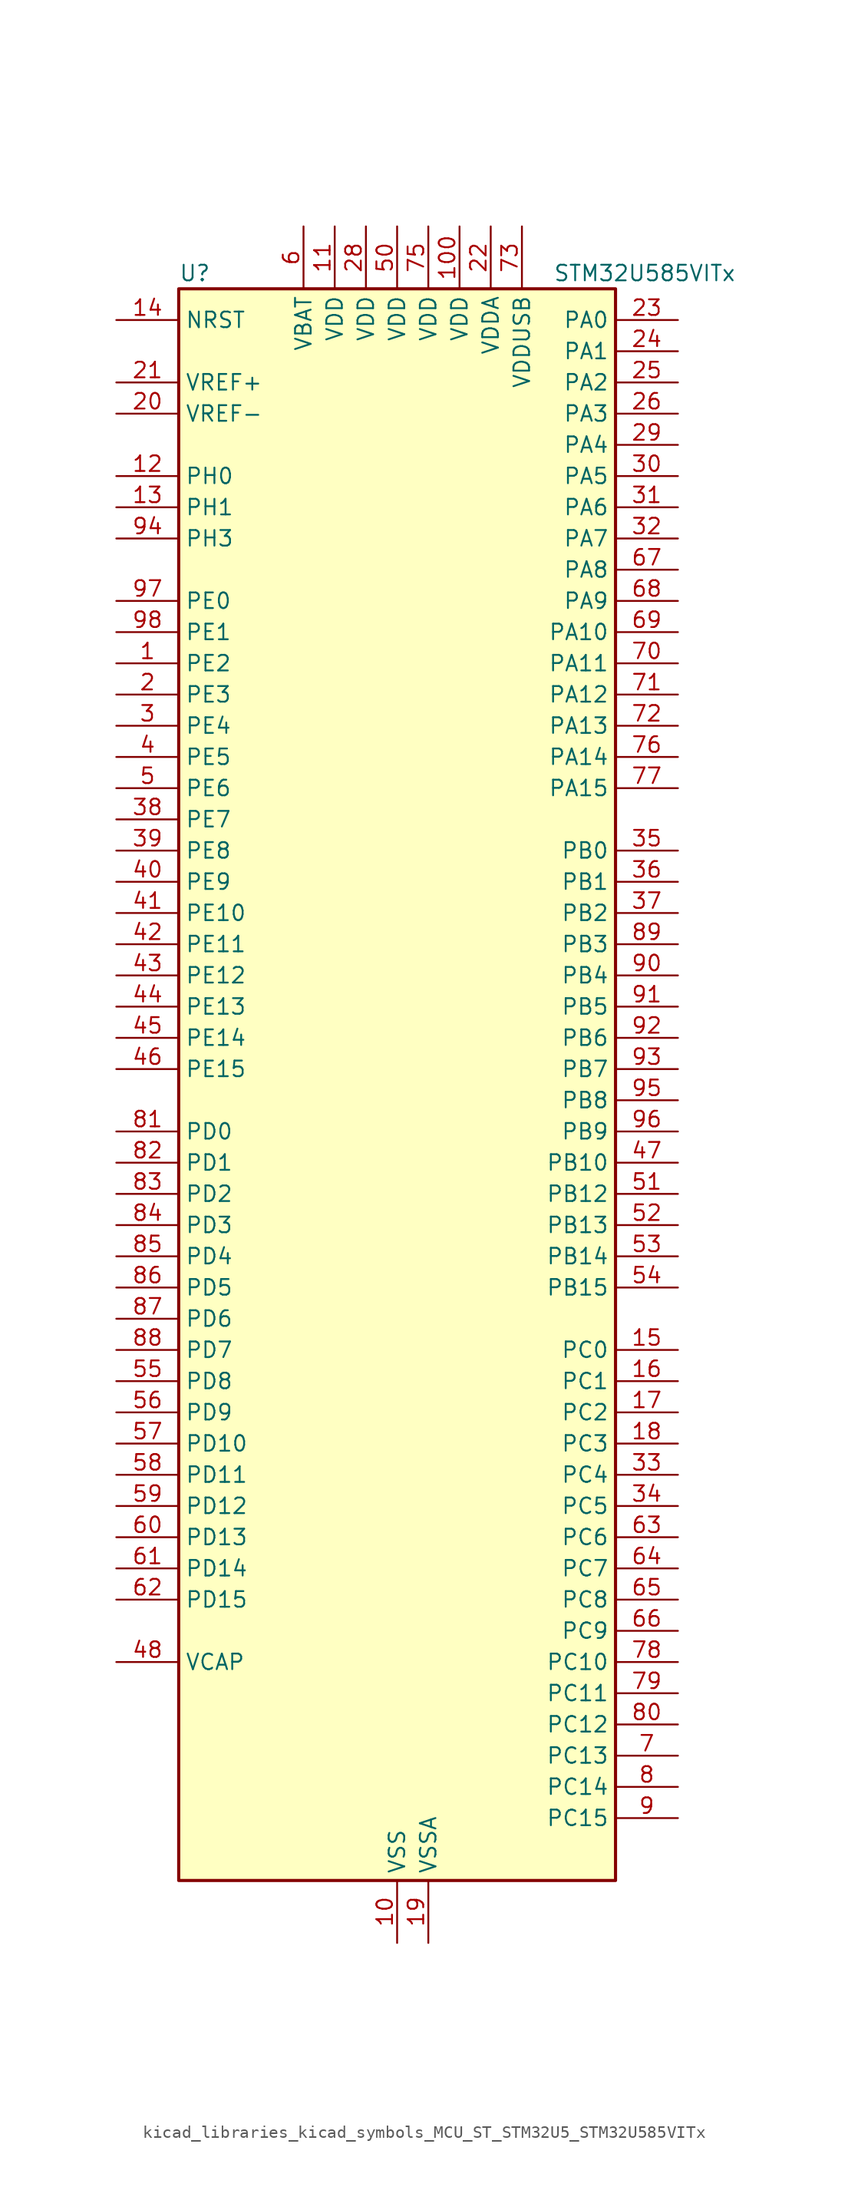
<source format=kicad_sym>
(kicad_symbol_lib
  (version 20220914)
  (generator kicad_symbol_editor)
  (symbol "kicad_libraries_kicad_symbols_MCU_ST_STM32U5_STM32U585VITx"
    (property "Reference" "U"
      (at -17.78 67.31 0)
      (effects (font (size 1.27 1.27)) (justify left)))
    (property "Value" "STM32U585VITx"
      (at 12.7 67.31 0)
      (effects (font (size 1.27 1.27)) (justify left)))
    (property "ki_locked" ""
      (at 0 0 0)
      (effects (font (size 1.27 1.27))))
    (symbol "kicad_libraries_kicad_symbols_MCU_ST_STM32U5_STM32U585VITx_0_1"
      (rectangle (start -17.78 -63.5) (end 17.78 66.04) (stroke (width 0.254) (type default)) (fill (type background))))
    (symbol "kicad_libraries_kicad_symbols_MCU_ST_STM32U5_STM32U585VITx_1_1"
      (pin bidirectional line (at -22.86 35.56 0) (length 5.08) (name "PE2" (effects (font (size 1.27 1.27)))) (number "1" (effects (font (size 1.27 1.27)))) (alternate "DEBUG_TRACECLK" bidirectional line) (alternate "FMC_A23" bidirectional line) (alternate "SAI1_CK1" bidirectional line) (alternate "SAI1_MCLK_A" bidirectional line) (alternate "TIM3_ETR" bidirectional line) (alternate "TSC_G7_IO1" bidirectional line))
      (pin power_in line (at 0 -68.58 90) (length 5.08) (name "VSS" (effects (font (size 1.27 1.27)))) (number "10" (effects (font (size 1.27 1.27)))))
      (pin power_in line (at 5.08 71.12 270) (length 5.08) (name "VDD" (effects (font (size 1.27 1.27)))) (number "100" (effects (font (size 1.27 1.27)))))
      (pin power_in line (at -5.08 71.12 270) (length 5.08) (name "VDD" (effects (font (size 1.27 1.27)))) (number "11" (effects (font (size 1.27 1.27)))))
      (pin bidirectional line (at -22.86 50.8 0) (length 5.08) (name "PH0" (effects (font (size 1.27 1.27)))) (number "12" (effects (font (size 1.27 1.27)))) (alternate "RCC_OSC_IN" bidirectional line))
      (pin bidirectional line (at -22.86 48.26 0) (length 5.08) (name "PH1" (effects (font (size 1.27 1.27)))) (number "13" (effects (font (size 1.27 1.27)))) (alternate "RCC_OSC_OUT" bidirectional line))
      (pin input line (at -22.86 63.5 0) (length 5.08) (name "NRST" (effects (font (size 1.27 1.27)))) (number "14" (effects (font (size 1.27 1.27)))))
      (pin bidirectional line (at 22.86 -20.32 180) (length 5.08) (name "PC0" (effects (font (size 1.27 1.27)))) (number "15" (effects (font (size 1.27 1.27)))) (alternate "ADC1_IN1" bidirectional line) (alternate "ADC4_IN1" bidirectional line) (alternate "I2C3_SCL" bidirectional line) (alternate "LPTIM1_IN1" bidirectional line) (alternate "LPTIM2_IN1" bidirectional line) (alternate "LPUART1_RX" bidirectional line) (alternate "MDF1_SDI4" bidirectional line) (alternate "OCTOSPIM_P1_IO7" bidirectional line) (alternate "SAI2_FS_A" bidirectional line) (alternate "SDMMC1_D5" bidirectional line) (alternate "SPI2_RDY" bidirectional line))
      (pin bidirectional line (at 22.86 -22.86 180) (length 5.08) (name "PC1" (effects (font (size 1.27 1.27)))) (number "16" (effects (font (size 1.27 1.27)))) (alternate "ADC1_IN2" bidirectional line) (alternate "ADC4_IN2" bidirectional line) (alternate "DEBUG_TRACED0" bidirectional line) (alternate "I2C3_SDA" bidirectional line) (alternate "LPTIM1_CH1" bidirectional line) (alternate "LPUART1_TX" bidirectional line) (alternate "MDF1_CKI4" bidirectional line) (alternate "OCTOSPIM_P1_IO4" bidirectional line) (alternate "SAI1_SD_A" bidirectional line) (alternate "SDMMC2_CK" bidirectional line) (alternate "SPI2_MOSI" bidirectional line))
      (pin bidirectional line (at 22.86 -25.4 180) (length 5.08) (name "PC2" (effects (font (size 1.27 1.27)))) (number "17" (effects (font (size 1.27 1.27)))) (alternate "ADC1_IN3" bidirectional line) (alternate "ADC4_IN3" bidirectional line) (alternate "LPTIM1_IN2" bidirectional line) (alternate "MDF1_CCK1" bidirectional line) (alternate "OCTOSPIM_P1_IO5" bidirectional line) (alternate "SPI2_MISO" bidirectional line))
      (pin bidirectional line (at 22.86 -27.94 180) (length 5.08) (name "PC3" (effects (font (size 1.27 1.27)))) (number "18" (effects (font (size 1.27 1.27)))) (alternate "ADC1_IN4" bidirectional line) (alternate "ADC4_IN4" bidirectional line) (alternate "LPTIM1_ETR" bidirectional line) (alternate "LPTIM2_ETR" bidirectional line) (alternate "LPTIM3_CH1" bidirectional line) (alternate "OCTOSPIM_P1_IO6" bidirectional line) (alternate "SAI1_D1" bidirectional line) (alternate "SAI1_SD_A" bidirectional line) (alternate "SPI2_MOSI" bidirectional line))
      (pin power_in line (at 2.54 -68.58 90) (length 5.08) (name "VSSA" (effects (font (size 1.27 1.27)))) (number "19" (effects (font (size 1.27 1.27)))))
      (pin bidirectional line (at -22.86 33.02 0) (length 5.08) (name "PE3" (effects (font (size 1.27 1.27)))) (number "2" (effects (font (size 1.27 1.27)))) (alternate "DEBUG_TRACED0" bidirectional line) (alternate "FMC_A19" bidirectional line) (alternate "OCTOSPIM_P1_DQS" bidirectional line) (alternate "SAI1_SD_B" bidirectional line) (alternate "TAMP_IN6" bidirectional line) (alternate "TAMP_OUT3" bidirectional line) (alternate "TIM3_CH1" bidirectional line) (alternate "TSC_G7_IO2" bidirectional line))
      (pin input line (at -22.86 55.88 0) (length 5.08) (name "VREF-" (effects (font (size 1.27 1.27)))) (number "20" (effects (font (size 1.27 1.27)))))
      (pin input line (at -22.86 58.42 0) (length 5.08) (name "VREF+" (effects (font (size 1.27 1.27)))) (number "21" (effects (font (size 1.27 1.27)))) (alternate "VREFBUF_OUT" bidirectional line))
      (pin power_in line (at 7.62 71.12 270) (length 5.08) (name "VDDA" (effects (font (size 1.27 1.27)))) (number "22" (effects (font (size 1.27 1.27)))))
      (pin bidirectional line (at 22.86 63.5 180) (length 5.08) (name "PA0" (effects (font (size 1.27 1.27)))) (number "23" (effects (font (size 1.27 1.27)))) (alternate "ADC1_IN5" bidirectional line) (alternate "AUDIOCLK" bidirectional line) (alternate "OCTOSPIM_P2_NCS" bidirectional line) (alternate "OPAMP1_VINP" bidirectional line) (alternate "PWR_WKUP1" bidirectional line) (alternate "SDMMC2_CMD" bidirectional line) (alternate "SPI3_RDY" bidirectional line) (alternate "TAMP_IN2" bidirectional line) (alternate "TAMP_OUT1" bidirectional line) (alternate "TIM2_CH1" bidirectional line) (alternate "TIM2_ETR" bidirectional line) (alternate "TIM5_CH1" bidirectional line) (alternate "TIM8_ETR" bidirectional line) (alternate "UART4_TX" bidirectional line) (alternate "USART2_CTS" bidirectional line))
      (pin bidirectional line (at 22.86 60.96 180) (length 5.08) (name "PA1" (effects (font (size 1.27 1.27)))) (number "24" (effects (font (size 1.27 1.27)))) (alternate "ADC1_IN6" bidirectional line) (alternate "I2C1_SMBA" bidirectional line) (alternate "LPTIM1_CH2" bidirectional line) (alternate "OCTOSPIM_P1_DQS" bidirectional line) (alternate "OPAMP1_VINM" bidirectional line) (alternate "PWR_WKUP3" bidirectional line) (alternate "SPI1_SCK" bidirectional line) (alternate "TAMP_IN5" bidirectional line) (alternate "TAMP_OUT4" bidirectional line) (alternate "TIM15_CH1N" bidirectional line) (alternate "TIM2_CH2" bidirectional line) (alternate "TIM5_CH2" bidirectional line) (alternate "UART4_RX" bidirectional line) (alternate "USART2_DE" bidirectional line) (alternate "USART2_RTS" bidirectional line))
      (pin bidirectional line (at 22.86 58.42 180) (length 5.08) (name "PA2" (effects (font (size 1.27 1.27)))) (number "25" (effects (font (size 1.27 1.27)))) (alternate "ADC1_IN7" bidirectional line) (alternate "COMP1_INP" bidirectional line) (alternate "LPUART1_TX" bidirectional line) (alternate "OCTOSPIM_P1_NCS" bidirectional line) (alternate "PWR_WKUP4" bidirectional line) (alternate "RCC_LSCO" bidirectional line) (alternate "SPI1_RDY" bidirectional line) (alternate "TIM15_CH1" bidirectional line) (alternate "TIM2_CH3" bidirectional line) (alternate "TIM5_CH3" bidirectional line) (alternate "UCPD1_FRSTX1" bidirectional line) (alternate "USART2_TX" bidirectional line))
      (pin bidirectional line (at 22.86 55.88 180) (length 5.08) (name "PA3" (effects (font (size 1.27 1.27)))) (number "26" (effects (font (size 1.27 1.27)))) (alternate "ADC1_IN8" bidirectional line) (alternate "LPUART1_RX" bidirectional line) (alternate "OCTOSPIM_P1_CLK" bidirectional line) (alternate "OPAMP1_VOUT" bidirectional line) (alternate "PWR_WKUP5" bidirectional line) (alternate "SAI1_CK1" bidirectional line) (alternate "SAI1_MCLK_A" bidirectional line) (alternate "TIM15_CH2" bidirectional line) (alternate "TIM2_CH4" bidirectional line) (alternate "TIM5_CH4" bidirectional line) (alternate "USART2_RX" bidirectional line))
      (pin passive line (at 0 -68.58 90) (length 5.08) hide (name "VSS" (effects (font (size 1.27 1.27)))) (number "27" (effects (font (size 1.27 1.27)))))
      (pin power_in line (at -2.54 71.12 270) (length 5.08) (name "VDD" (effects (font (size 1.27 1.27)))) (number "28" (effects (font (size 1.27 1.27)))))
      (pin bidirectional line (at 22.86 53.34 180) (length 5.08) (name "PA4" (effects (font (size 1.27 1.27)))) (number "29" (effects (font (size 1.27 1.27)))) (alternate "ADC1_IN9" bidirectional line) (alternate "ADC4_IN9" bidirectional line) (alternate "DAC1_OUT1" bidirectional line) (alternate "DCMI_HSYNC" bidirectional line) (alternate "LPTIM2_CH1" bidirectional line) (alternate "OCTOSPIM_P1_NCS" bidirectional line) (alternate "PSSI_DE" bidirectional line) (alternate "PWR_WKUP2" bidirectional line) (alternate "SAI1_FS_B" bidirectional line) (alternate "SPI1_NSS" bidirectional line) (alternate "SPI3_NSS" bidirectional line) (alternate "USART2_CK" bidirectional line))
      (pin bidirectional line (at -22.86 30.48 0) (length 5.08) (name "PE4" (effects (font (size 1.27 1.27)))) (number "3" (effects (font (size 1.27 1.27)))) (alternate "DCMI_D4" bidirectional line) (alternate "DEBUG_TRACED1" bidirectional line) (alternate "FMC_A20" bidirectional line) (alternate "MDF1_SDI3" bidirectional line) (alternate "PSSI_D4" bidirectional line) (alternate "PWR_WKUP1" bidirectional line) (alternate "SAI1_D2" bidirectional line) (alternate "SAI1_FS_A" bidirectional line) (alternate "TAMP_IN7" bidirectional line) (alternate "TAMP_OUT8" bidirectional line) (alternate "TIM3_CH2" bidirectional line) (alternate "TSC_G7_IO3" bidirectional line))
      (pin bidirectional line (at 22.86 50.8 180) (length 5.08) (name "PA5" (effects (font (size 1.27 1.27)))) (number "30" (effects (font (size 1.27 1.27)))) (alternate "ADC1_IN10" bidirectional line) (alternate "ADC4_IN10" bidirectional line) (alternate "DAC1_OUT2" bidirectional line) (alternate "LPTIM2_ETR" bidirectional line) (alternate "PSSI_D14" bidirectional line) (alternate "PWR_CSLEEP" bidirectional line) (alternate "PWR_WKUP6" bidirectional line) (alternate "SPI1_SCK" bidirectional line) (alternate "TIM2_CH1" bidirectional line) (alternate "TIM2_ETR" bidirectional line) (alternate "TIM8_CH1N" bidirectional line) (alternate "USART3_RX" bidirectional line))
      (pin bidirectional line (at 22.86 48.26 180) (length 5.08) (name "PA6" (effects (font (size 1.27 1.27)))) (number "31" (effects (font (size 1.27 1.27)))) (alternate "ADC1_IN11" bidirectional line) (alternate "ADC4_IN11" bidirectional line) (alternate "DCMI_PIXCLK" bidirectional line) (alternate "LPUART1_CTS" bidirectional line) (alternate "OCTOSPIM_P1_IO3" bidirectional line) (alternate "OPAMP2_VINP" bidirectional line) (alternate "PSSI_PDCK" bidirectional line) (alternate "PWR_CDSTOP" bidirectional line) (alternate "PWR_WKUP7" bidirectional line) (alternate "SPI1_MISO" bidirectional line) (alternate "TIM16_CH1" bidirectional line) (alternate "TIM1_BKIN" bidirectional line) (alternate "TIM3_CH1" bidirectional line) (alternate "TIM8_BKIN" bidirectional line) (alternate "USART3_CTS" bidirectional line))
      (pin bidirectional line (at 22.86 45.72 180) (length 5.08) (name "PA7" (effects (font (size 1.27 1.27)))) (number "32" (effects (font (size 1.27 1.27)))) (alternate "ADC1_IN12" bidirectional line) (alternate "ADC4_IN20" bidirectional line) (alternate "I2C3_SCL" bidirectional line) (alternate "LPTIM2_CH2" bidirectional line) (alternate "OCTOSPIM_P1_IO2" bidirectional line) (alternate "OPAMP2_VINM" bidirectional line) (alternate "PWR_SRDSTOP" bidirectional line) (alternate "PWR_WKUP8" bidirectional line) (alternate "SPI1_MOSI" bidirectional line) (alternate "TIM17_CH1" bidirectional line) (alternate "TIM1_CH1N" bidirectional line) (alternate "TIM3_CH2" bidirectional line) (alternate "TIM8_CH1N" bidirectional line) (alternate "USART3_TX" bidirectional line))
      (pin bidirectional line (at 22.86 -30.48 180) (length 5.08) (name "PC4" (effects (font (size 1.27 1.27)))) (number "33" (effects (font (size 1.27 1.27)))) (alternate "ADC1_IN13" bidirectional line) (alternate "ADC4_IN22" bidirectional line) (alternate "COMP1_INM" bidirectional line) (alternate "OCTOSPIM_P1_IO7" bidirectional line) (alternate "USART3_TX" bidirectional line))
      (pin bidirectional line (at 22.86 -33.02 180) (length 5.08) (name "PC5" (effects (font (size 1.27 1.27)))) (number "34" (effects (font (size 1.27 1.27)))) (alternate "ADC1_IN14" bidirectional line) (alternate "ADC4_IN23" bidirectional line) (alternate "COMP1_INP" bidirectional line) (alternate "PSSI_D15" bidirectional line) (alternate "PWR_WKUP5" bidirectional line) (alternate "SAI1_D3" bidirectional line) (alternate "TAMP_IN4" bidirectional line) (alternate "TAMP_OUT5" bidirectional line) (alternate "TIM1_CH4N" bidirectional line) (alternate "USART3_RX" bidirectional line))
      (pin bidirectional line (at 22.86 20.32 180) (length 5.08) (name "PB0" (effects (font (size 1.27 1.27)))) (number "35" (effects (font (size 1.27 1.27)))) (alternate "ADC1_IN15" bidirectional line) (alternate "ADC4_IN18" bidirectional line) (alternate "AUDIOCLK" bidirectional line) (alternate "COMP1_OUT" bidirectional line) (alternate "LPTIM3_CH1" bidirectional line) (alternate "OCTOSPIM_P1_IO1" bidirectional line) (alternate "OPAMP2_VOUT" bidirectional line) (alternate "SPI1_NSS" bidirectional line) (alternate "TIM1_CH2N" bidirectional line) (alternate "TIM3_CH3" bidirectional line) (alternate "TIM8_CH2N" bidirectional line) (alternate "USART3_CK" bidirectional line))
      (pin bidirectional line (at 22.86 17.78 180) (length 5.08) (name "PB1" (effects (font (size 1.27 1.27)))) (number "36" (effects (font (size 1.27 1.27)))) (alternate "ADC1_IN16" bidirectional line) (alternate "ADC4_IN19" bidirectional line) (alternate "COMP1_INM" bidirectional line) (alternate "LPTIM2_IN1" bidirectional line) (alternate "LPTIM3_CH2" bidirectional line) (alternate "LPUART1_DE" bidirectional line) (alternate "LPUART1_RTS" bidirectional line) (alternate "MDF1_SDI0" bidirectional line) (alternate "OCTOSPIM_P1_IO0" bidirectional line) (alternate "PWR_WKUP4" bidirectional line) (alternate "TIM1_CH3N" bidirectional line) (alternate "TIM3_CH4" bidirectional line) (alternate "TIM8_CH3N" bidirectional line) (alternate "USART3_DE" bidirectional line) (alternate "USART3_RTS" bidirectional line))
      (pin bidirectional line (at 22.86 15.24 180) (length 5.08) (name "PB2" (effects (font (size 1.27 1.27)))) (number "37" (effects (font (size 1.27 1.27)))) (alternate "ADC1_IN17" bidirectional line) (alternate "COMP1_INP" bidirectional line) (alternate "I2C3_SMBA" bidirectional line) (alternate "LPTIM1_CH1" bidirectional line) (alternate "MDF1_CKI0" bidirectional line) (alternate "OCTOSPIM_P1_DQS" bidirectional line) (alternate "PWR_WKUP1" bidirectional line) (alternate "RTC_OUT2" bidirectional line) (alternate "SPI1_RDY" bidirectional line) (alternate "TIM8_CH4N" bidirectional line) (alternate "UCPD1_FRSTX1" bidirectional line))
      (pin bidirectional line (at -22.86 22.86 0) (length 5.08) (name "PE7" (effects (font (size 1.27 1.27)))) (number "38" (effects (font (size 1.27 1.27)))) (alternate "FMC_D4" bidirectional line) (alternate "FMC_DA4" bidirectional line) (alternate "MDF1_SDI2" bidirectional line) (alternate "PWR_WKUP6" bidirectional line) (alternate "SAI1_SD_B" bidirectional line) (alternate "TIM1_ETR" bidirectional line))
      (pin bidirectional line (at -22.86 20.32 0) (length 5.08) (name "PE8" (effects (font (size 1.27 1.27)))) (number "39" (effects (font (size 1.27 1.27)))) (alternate "FMC_D5" bidirectional line) (alternate "FMC_DA5" bidirectional line) (alternate "MDF1_CKI2" bidirectional line) (alternate "PWR_WKUP7" bidirectional line) (alternate "SAI1_SCK_B" bidirectional line) (alternate "TIM1_CH1N" bidirectional line))
      (pin bidirectional line (at -22.86 27.94 0) (length 5.08) (name "PE5" (effects (font (size 1.27 1.27)))) (number "4" (effects (font (size 1.27 1.27)))) (alternate "DCMI_D6" bidirectional line) (alternate "DEBUG_TRACED2" bidirectional line) (alternate "FMC_A21" bidirectional line) (alternate "MDF1_CKI3" bidirectional line) (alternate "PSSI_D6" bidirectional line) (alternate "PWR_WKUP2" bidirectional line) (alternate "SAI1_CK2" bidirectional line) (alternate "SAI1_SCK_A" bidirectional line) (alternate "TAMP_IN8" bidirectional line) (alternate "TAMP_OUT7" bidirectional line) (alternate "TIM3_CH3" bidirectional line) (alternate "TSC_G7_IO4" bidirectional line))
      (pin bidirectional line (at -22.86 17.78 0) (length 5.08) (name "PE9" (effects (font (size 1.27 1.27)))) (number "40" (effects (font (size 1.27 1.27)))) (alternate "ADF1_CCK0" bidirectional line) (alternate "DAC1_EXTI9" bidirectional line) (alternate "FMC_D6" bidirectional line) (alternate "FMC_DA6" bidirectional line) (alternate "MDF1_CCK0" bidirectional line) (alternate "OCTOSPIM_P1_NCLK" bidirectional line) (alternate "SAI1_FS_B" bidirectional line) (alternate "TIM1_CH1" bidirectional line))
      (pin bidirectional line (at -22.86 15.24 0) (length 5.08) (name "PE10" (effects (font (size 1.27 1.27)))) (number "41" (effects (font (size 1.27 1.27)))) (alternate "ADF1_SDI0" bidirectional line) (alternate "FMC_D7" bidirectional line) (alternate "FMC_DA7" bidirectional line) (alternate "MDF1_SDI4" bidirectional line) (alternate "OCTOSPIM_P1_CLK" bidirectional line) (alternate "SAI1_MCLK_B" bidirectional line) (alternate "TIM1_CH2N" bidirectional line) (alternate "TSC_G5_IO1" bidirectional line))
      (pin bidirectional line (at -22.86 12.7 0) (length 5.08) (name "PE11" (effects (font (size 1.27 1.27)))) (number "42" (effects (font (size 1.27 1.27)))) (alternate "ADC1_EXTI11" bidirectional line) (alternate "FMC_D8" bidirectional line) (alternate "FMC_DA8" bidirectional line) (alternate "MDF1_CKI4" bidirectional line) (alternate "OCTOSPIM_P1_NCS" bidirectional line) (alternate "SPI1_RDY" bidirectional line) (alternate "TIM1_CH2" bidirectional line) (alternate "TSC_G5_IO2" bidirectional line))
      (pin bidirectional line (at -22.86 10.16 0) (length 5.08) (name "PE12" (effects (font (size 1.27 1.27)))) (number "43" (effects (font (size 1.27 1.27)))) (alternate "FMC_D9" bidirectional line) (alternate "FMC_DA9" bidirectional line) (alternate "MDF1_SDI5" bidirectional line) (alternate "OCTOSPIM_P1_IO0" bidirectional line) (alternate "SPI1_NSS" bidirectional line) (alternate "TIM1_CH3N" bidirectional line) (alternate "TSC_G5_IO3" bidirectional line))
      (pin bidirectional line (at -22.86 7.62 0) (length 5.08) (name "PE13" (effects (font (size 1.27 1.27)))) (number "44" (effects (font (size 1.27 1.27)))) (alternate "FMC_D10" bidirectional line) (alternate "FMC_DA10" bidirectional line) (alternate "MDF1_CKI5" bidirectional line) (alternate "OCTOSPIM_P1_IO1" bidirectional line) (alternate "SPI1_SCK" bidirectional line) (alternate "TIM1_CH3" bidirectional line) (alternate "TSC_G5_IO4" bidirectional line))
      (pin bidirectional line (at -22.86 5.08 0) (length 5.08) (name "PE14" (effects (font (size 1.27 1.27)))) (number "45" (effects (font (size 1.27 1.27)))) (alternate "FMC_D11" bidirectional line) (alternate "FMC_DA11" bidirectional line) (alternate "OCTOSPIM_P1_IO2" bidirectional line) (alternate "SPI1_MISO" bidirectional line) (alternate "TIM1_BKIN2" bidirectional line) (alternate "TIM1_CH4" bidirectional line))
      (pin bidirectional line (at -22.86 2.54 0) (length 5.08) (name "PE15" (effects (font (size 1.27 1.27)))) (number "46" (effects (font (size 1.27 1.27)))) (alternate "ADC1_EXTI15" bidirectional line) (alternate "ADC4_EXTI15" bidirectional line) (alternate "FMC_D12" bidirectional line) (alternate "FMC_DA12" bidirectional line) (alternate "OCTOSPIM_P1_IO3" bidirectional line) (alternate "SPI1_MOSI" bidirectional line) (alternate "TIM1_BKIN" bidirectional line) (alternate "TIM1_CH4N" bidirectional line))
      (pin bidirectional line (at 22.86 -5.08 180) (length 5.08) (name "PB10" (effects (font (size 1.27 1.27)))) (number "47" (effects (font (size 1.27 1.27)))) (alternate "COMP1_OUT" bidirectional line) (alternate "I2C2_SCL" bidirectional line) (alternate "I2C4_SCL" bidirectional line) (alternate "LPTIM3_CH1" bidirectional line) (alternate "LPUART1_RX" bidirectional line) (alternate "OCTOSPIM_P1_CLK" bidirectional line) (alternate "PWR_WKUP8" bidirectional line) (alternate "SAI1_SCK_A" bidirectional line) (alternate "SPI2_SCK" bidirectional line) (alternate "TIM2_CH3" bidirectional line) (alternate "TSC_SYNC" bidirectional line) (alternate "USART3_TX" bidirectional line))
      (pin power_out line (at -22.86 -45.72 0) (length 5.08) (name "VCAP" (effects (font (size 1.27 1.27)))) (number "48" (effects (font (size 1.27 1.27)))))
      (pin passive line (at 0 -68.58 90) (length 5.08) hide (name "VSS" (effects (font (size 1.27 1.27)))) (number "49" (effects (font (size 1.27 1.27)))))
      (pin bidirectional line (at -22.86 25.4 0) (length 5.08) (name "PE6" (effects (font (size 1.27 1.27)))) (number "5" (effects (font (size 1.27 1.27)))) (alternate "DCMI_D7" bidirectional line) (alternate "DEBUG_TRACED3" bidirectional line) (alternate "FMC_A22" bidirectional line) (alternate "PSSI_D7" bidirectional line) (alternate "PWR_WKUP3" bidirectional line) (alternate "SAI1_D1" bidirectional line) (alternate "SAI1_SD_A" bidirectional line) (alternate "TAMP_IN3" bidirectional line) (alternate "TAMP_OUT6" bidirectional line) (alternate "TIM3_CH4" bidirectional line))
      (pin power_in line (at 0 71.12 270) (length 5.08) (name "VDD" (effects (font (size 1.27 1.27)))) (number "50" (effects (font (size 1.27 1.27)))))
      (pin bidirectional line (at 22.86 -7.62 180) (length 5.08) (name "PB12" (effects (font (size 1.27 1.27)))) (number "51" (effects (font (size 1.27 1.27)))) (alternate "I2C2_SMBA" bidirectional line) (alternate "LPUART1_DE" bidirectional line) (alternate "LPUART1_RTS" bidirectional line) (alternate "MDF1_SDI1" bidirectional line) (alternate "OCTOSPIM_P1_NCLK" bidirectional line) (alternate "SAI2_FS_A" bidirectional line) (alternate "SPI2_NSS" bidirectional line) (alternate "TIM15_BKIN" bidirectional line) (alternate "TIM1_BKIN" bidirectional line) (alternate "TSC_G1_IO1" bidirectional line) (alternate "USART3_CK" bidirectional line))
      (pin bidirectional line (at 22.86 -10.16 180) (length 5.08) (name "PB13" (effects (font (size 1.27 1.27)))) (number "52" (effects (font (size 1.27 1.27)))) (alternate "I2C2_SCL" bidirectional line) (alternate "LPTIM3_IN1" bidirectional line) (alternate "LPUART1_CTS" bidirectional line) (alternate "MDF1_CKI1" bidirectional line) (alternate "SAI2_SCK_A" bidirectional line) (alternate "SPI2_SCK" bidirectional line) (alternate "TIM15_CH1N" bidirectional line) (alternate "TIM1_CH1N" bidirectional line) (alternate "TSC_G1_IO2" bidirectional line) (alternate "USART3_CTS" bidirectional line))
      (pin bidirectional line (at 22.86 -12.7 180) (length 5.08) (name "PB14" (effects (font (size 1.27 1.27)))) (number "53" (effects (font (size 1.27 1.27)))) (alternate "I2C2_SDA" bidirectional line) (alternate "LPTIM3_ETR" bidirectional line) (alternate "MDF1_SDI2" bidirectional line) (alternate "SAI2_MCLK_A" bidirectional line) (alternate "SDMMC2_D0" bidirectional line) (alternate "SPI2_MISO" bidirectional line) (alternate "TIM15_CH1" bidirectional line) (alternate "TIM1_CH2N" bidirectional line) (alternate "TIM8_CH2N" bidirectional line) (alternate "TSC_G1_IO3" bidirectional line) (alternate "UCPD1_DBCC2" bidirectional line) (alternate "USART3_DE" bidirectional line) (alternate "USART3_RTS" bidirectional line))
      (pin bidirectional line (at 22.86 -15.24 180) (length 5.08) (name "PB15" (effects (font (size 1.27 1.27)))) (number "54" (effects (font (size 1.27 1.27)))) (alternate "ADC1_EXTI15" bidirectional line) (alternate "ADC4_EXTI15" bidirectional line) (alternate "FMC_NBL1" bidirectional line) (alternate "LPTIM2_IN2" bidirectional line) (alternate "MDF1_CKI2" bidirectional line) (alternate "PWR_WKUP7" bidirectional line) (alternate "RTC_REFIN" bidirectional line) (alternate "SAI2_SD_A" bidirectional line) (alternate "SDMMC2_D1" bidirectional line) (alternate "SPI2_MOSI" bidirectional line) (alternate "TIM15_CH2" bidirectional line) (alternate "TIM1_CH3N" bidirectional line) (alternate "TIM8_CH3N" bidirectional line) (alternate "UCPD1_CC2" bidirectional line))
      (pin bidirectional line (at -22.86 -22.86 0) (length 5.08) (name "PD8" (effects (font (size 1.27 1.27)))) (number "55" (effects (font (size 1.27 1.27)))) (alternate "DCMI_HSYNC" bidirectional line) (alternate "FMC_D13" bidirectional line) (alternate "FMC_DA13" bidirectional line) (alternate "PSSI_DE" bidirectional line) (alternate "USART3_TX" bidirectional line))
      (pin bidirectional line (at -22.86 -25.4 0) (length 5.08) (name "PD9" (effects (font (size 1.27 1.27)))) (number "56" (effects (font (size 1.27 1.27)))) (alternate "DAC1_EXTI9" bidirectional line) (alternate "DCMI_PIXCLK" bidirectional line) (alternate "FMC_D14" bidirectional line) (alternate "FMC_DA14" bidirectional line) (alternate "LPTIM2_IN2" bidirectional line) (alternate "LPTIM3_IN1" bidirectional line) (alternate "PSSI_PDCK" bidirectional line) (alternate "SAI2_MCLK_A" bidirectional line) (alternate "USART3_RX" bidirectional line))
      (pin bidirectional line (at -22.86 -27.94 0) (length 5.08) (name "PD10" (effects (font (size 1.27 1.27)))) (number "57" (effects (font (size 1.27 1.27)))) (alternate "FMC_D15" bidirectional line) (alternate "FMC_DA15" bidirectional line) (alternate "LPTIM2_CH2" bidirectional line) (alternate "LPTIM3_ETR" bidirectional line) (alternate "SAI2_SCK_A" bidirectional line) (alternate "TSC_G6_IO1" bidirectional line) (alternate "USART3_CK" bidirectional line))
      (pin bidirectional line (at -22.86 -30.48 0) (length 5.08) (name "PD11" (effects (font (size 1.27 1.27)))) (number "58" (effects (font (size 1.27 1.27)))) (alternate "ADC1_EXTI11" bidirectional line) (alternate "ADC4_IN15" bidirectional line) (alternate "FMC_A16" bidirectional line) (alternate "FMC_CLE" bidirectional line) (alternate "I2C4_SMBA" bidirectional line) (alternate "LPTIM2_ETR" bidirectional line) (alternate "SAI2_SD_A" bidirectional line) (alternate "TSC_G6_IO2" bidirectional line) (alternate "USART3_CTS" bidirectional line))
      (pin bidirectional line (at -22.86 -33.02 0) (length 5.08) (name "PD12" (effects (font (size 1.27 1.27)))) (number "59" (effects (font (size 1.27 1.27)))) (alternate "ADC4_IN16" bidirectional line) (alternate "FMC_A17" bidirectional line) (alternate "FMC_ALE" bidirectional line) (alternate "I2C4_SCL" bidirectional line) (alternate "LPTIM2_IN1" bidirectional line) (alternate "SAI2_FS_A" bidirectional line) (alternate "TIM4_CH1" bidirectional line) (alternate "TSC_G6_IO3" bidirectional line) (alternate "USART3_DE" bidirectional line) (alternate "USART3_RTS" bidirectional line))
      (pin power_in line (at -7.62 71.12 270) (length 5.08) (name "VBAT" (effects (font (size 1.27 1.27)))) (number "6" (effects (font (size 1.27 1.27)))))
      (pin bidirectional line (at -22.86 -35.56 0) (length 5.08) (name "PD13" (effects (font (size 1.27 1.27)))) (number "60" (effects (font (size 1.27 1.27)))) (alternate "ADC4_IN17" bidirectional line) (alternate "FMC_A18" bidirectional line) (alternate "I2C4_SDA" bidirectional line) (alternate "LPTIM2_CH1" bidirectional line) (alternate "LPTIM4_IN1" bidirectional line) (alternate "TIM4_CH2" bidirectional line) (alternate "TSC_G6_IO4" bidirectional line))
      (pin bidirectional line (at -22.86 -38.1 0) (length 5.08) (name "PD14" (effects (font (size 1.27 1.27)))) (number "61" (effects (font (size 1.27 1.27)))) (alternate "FMC_D0" bidirectional line) (alternate "FMC_DA0" bidirectional line) (alternate "LPTIM3_CH1" bidirectional line) (alternate "TIM4_CH3" bidirectional line))
      (pin bidirectional line (at -22.86 -40.64 0) (length 5.08) (name "PD15" (effects (font (size 1.27 1.27)))) (number "62" (effects (font (size 1.27 1.27)))) (alternate "ADC1_EXTI15" bidirectional line) (alternate "ADC4_EXTI15" bidirectional line) (alternate "FMC_D1" bidirectional line) (alternate "FMC_DA1" bidirectional line) (alternate "LPTIM3_CH2" bidirectional line) (alternate "TIM4_CH4" bidirectional line))
      (pin bidirectional line (at 22.86 -35.56 180) (length 5.08) (name "PC6" (effects (font (size 1.27 1.27)))) (number "63" (effects (font (size 1.27 1.27)))) (alternate "DCMI_D0" bidirectional line) (alternate "MDF1_CKI3" bidirectional line) (alternate "PSSI_D0" bidirectional line) (alternate "PWR_CSLEEP" bidirectional line) (alternate "SAI2_MCLK_A" bidirectional line) (alternate "SDMMC1_D0DIR" bidirectional line) (alternate "SDMMC1_D6" bidirectional line) (alternate "SDMMC2_D6" bidirectional line) (alternate "TIM3_CH1" bidirectional line) (alternate "TIM8_CH1" bidirectional line) (alternate "TSC_G4_IO1" bidirectional line))
      (pin bidirectional line (at 22.86 -38.1 180) (length 5.08) (name "PC7" (effects (font (size 1.27 1.27)))) (number "64" (effects (font (size 1.27 1.27)))) (alternate "DCMI_D1" bidirectional line) (alternate "LPTIM2_CH2" bidirectional line) (alternate "MDF1_SDI3" bidirectional line) (alternate "PSSI_D1" bidirectional line) (alternate "PWR_CDSTOP" bidirectional line) (alternate "SAI2_MCLK_B" bidirectional line) (alternate "SDMMC1_D123DIR" bidirectional line) (alternate "SDMMC1_D7" bidirectional line) (alternate "SDMMC2_D7" bidirectional line) (alternate "TIM3_CH2" bidirectional line) (alternate "TIM8_CH2" bidirectional line) (alternate "TSC_G4_IO2" bidirectional line))
      (pin bidirectional line (at 22.86 -40.64 180) (length 5.08) (name "PC8" (effects (font (size 1.27 1.27)))) (number "65" (effects (font (size 1.27 1.27)))) (alternate "DCMI_D2" bidirectional line) (alternate "LPTIM3_CH1" bidirectional line) (alternate "PSSI_D2" bidirectional line) (alternate "PWR_SRDSTOP" bidirectional line) (alternate "SDMMC1_D0" bidirectional line) (alternate "TIM3_CH3" bidirectional line) (alternate "TIM8_CH3" bidirectional line) (alternate "TSC_G4_IO3" bidirectional line))
      (pin bidirectional line (at 22.86 -43.18 180) (length 5.08) (name "PC9" (effects (font (size 1.27 1.27)))) (number "66" (effects (font (size 1.27 1.27)))) (alternate "DAC1_EXTI9" bidirectional line) (alternate "DCMI_D3" bidirectional line) (alternate "DEBUG_TRACED0" bidirectional line) (alternate "LPTIM3_CH2" bidirectional line) (alternate "PSSI_D3" bidirectional line) (alternate "SDMMC1_D1" bidirectional line) (alternate "TIM3_CH4" bidirectional line) (alternate "TIM8_BKIN2" bidirectional line) (alternate "TIM8_CH4" bidirectional line) (alternate "TSC_G4_IO4" bidirectional line) (alternate "USB_OTG_FS_NOE" bidirectional line))
      (pin bidirectional line (at 22.86 43.18 180) (length 5.08) (name "PA8" (effects (font (size 1.27 1.27)))) (number "67" (effects (font (size 1.27 1.27)))) (alternate "DEBUG_TRACECLK" bidirectional line) (alternate "LPTIM2_CH1" bidirectional line) (alternate "RCC_MCO" bidirectional line) (alternate "SAI1_CK2" bidirectional line) (alternate "SAI1_SCK_A" bidirectional line) (alternate "SPI1_RDY" bidirectional line) (alternate "TIM1_CH1" bidirectional line) (alternate "USART1_CK" bidirectional line) (alternate "USB_OTG_FS_SOF" bidirectional line))
      (pin bidirectional line (at 22.86 40.64 180) (length 5.08) (name "PA9" (effects (font (size 1.27 1.27)))) (number "68" (effects (font (size 1.27 1.27)))) (alternate "DAC1_EXTI9" bidirectional line) (alternate "DCMI_D0" bidirectional line) (alternate "PSSI_D0" bidirectional line) (alternate "SAI1_FS_A" bidirectional line) (alternate "SPI2_SCK" bidirectional line) (alternate "TIM15_BKIN" bidirectional line) (alternate "TIM1_CH2" bidirectional line) (alternate "USART1_TX" bidirectional line) (alternate "USB_OTG_FS_VBUS" bidirectional line))
      (pin bidirectional line (at 22.86 38.1 180) (length 5.08) (name "PA10" (effects (font (size 1.27 1.27)))) (number "69" (effects (font (size 1.27 1.27)))) (alternate "CRS_SYNC" bidirectional line) (alternate "DCMI_D1" bidirectional line) (alternate "LPTIM2_IN2" bidirectional line) (alternate "PSSI_D1" bidirectional line) (alternate "SAI1_D1" bidirectional line) (alternate "SAI1_SD_A" bidirectional line) (alternate "TIM17_BKIN" bidirectional line) (alternate "TIM1_CH3" bidirectional line) (alternate "USART1_RX" bidirectional line) (alternate "USB_OTG_FS_ID" bidirectional line))
      (pin bidirectional line (at 22.86 -53.34 180) (length 5.08) (name "PC13" (effects (font (size 1.27 1.27)))) (number "7" (effects (font (size 1.27 1.27)))) (alternate "PWR_WKUP2" bidirectional line) (alternate "RTC_OUT1" bidirectional line) (alternate "RTC_TS" bidirectional line) (alternate "TAMP_IN1" bidirectional line) (alternate "TAMP_OUT2" bidirectional line))
      (pin bidirectional line (at 22.86 35.56 180) (length 5.08) (name "PA11" (effects (font (size 1.27 1.27)))) (number "70" (effects (font (size 1.27 1.27)))) (alternate "ADC1_EXTI11" bidirectional line) (alternate "FDCAN1_RX" bidirectional line) (alternate "SPI1_MISO" bidirectional line) (alternate "TIM1_BKIN2" bidirectional line) (alternate "TIM1_CH4" bidirectional line) (alternate "USART1_CTS" bidirectional line) (alternate "USB_OTG_FS_DM" bidirectional line))
      (pin bidirectional line (at 22.86 33.02 180) (length 5.08) (name "PA12" (effects (font (size 1.27 1.27)))) (number "71" (effects (font (size 1.27 1.27)))) (alternate "FDCAN1_TX" bidirectional line) (alternate "OCTOSPIM_P2_NCS" bidirectional line) (alternate "SPI1_MOSI" bidirectional line) (alternate "TIM1_ETR" bidirectional line) (alternate "USART1_DE" bidirectional line) (alternate "USART1_RTS" bidirectional line) (alternate "USB_OTG_FS_DP" bidirectional line))
      (pin bidirectional line (at 22.86 30.48 180) (length 5.08) (name "PA13" (effects (font (size 1.27 1.27)))) (number "72" (effects (font (size 1.27 1.27)))) (alternate "DEBUG_JTMS-SWDIO" bidirectional line) (alternate "IR_OUT" bidirectional line) (alternate "SAI1_SD_B" bidirectional line) (alternate "USB_OTG_FS_NOE" bidirectional line))
      (pin power_in line (at 10.16 71.12 270) (length 5.08) (name "VDDUSB" (effects (font (size 1.27 1.27)))) (number "73" (effects (font (size 1.27 1.27)))))
      (pin passive line (at 0 -68.58 90) (length 5.08) hide (name "VSS" (effects (font (size 1.27 1.27)))) (number "74" (effects (font (size 1.27 1.27)))))
      (pin power_in line (at 2.54 71.12 270) (length 5.08) (name "VDD" (effects (font (size 1.27 1.27)))) (number "75" (effects (font (size 1.27 1.27)))))
      (pin bidirectional line (at 22.86 27.94 180) (length 5.08) (name "PA14" (effects (font (size 1.27 1.27)))) (number "76" (effects (font (size 1.27 1.27)))) (alternate "DEBUG_JTCK-SWCLK" bidirectional line) (alternate "I2C1_SMBA" bidirectional line) (alternate "I2C4_SMBA" bidirectional line) (alternate "LPTIM1_CH1" bidirectional line) (alternate "SAI1_FS_B" bidirectional line) (alternate "USB_OTG_FS_SOF" bidirectional line))
      (pin bidirectional line (at 22.86 25.4 180) (length 5.08) (name "PA15" (effects (font (size 1.27 1.27)))) (number "77" (effects (font (size 1.27 1.27)))) (alternate "ADC1_EXTI15" bidirectional line) (alternate "ADC4_EXTI15" bidirectional line) (alternate "DEBUG_JTDI" bidirectional line) (alternate "SAI2_FS_B" bidirectional line) (alternate "SPI1_NSS" bidirectional line) (alternate "SPI3_NSS" bidirectional line) (alternate "TIM2_CH1" bidirectional line) (alternate "TIM2_ETR" bidirectional line) (alternate "UART4_DE" bidirectional line) (alternate "UART4_RTS" bidirectional line) (alternate "UCPD1_CC1" bidirectional line) (alternate "USART2_RX" bidirectional line) (alternate "USART3_DE" bidirectional line) (alternate "USART3_RTS" bidirectional line))
      (pin bidirectional line (at 22.86 -45.72 180) (length 5.08) (name "PC10" (effects (font (size 1.27 1.27)))) (number "78" (effects (font (size 1.27 1.27)))) (alternate "ADF1_CCK1" bidirectional line) (alternate "DCMI_D8" bidirectional line) (alternate "DEBUG_TRACED1" bidirectional line) (alternate "LPTIM3_ETR" bidirectional line) (alternate "PSSI_D8" bidirectional line) (alternate "SAI2_SCK_B" bidirectional line) (alternate "SDMMC1_D2" bidirectional line) (alternate "SPI3_SCK" bidirectional line) (alternate "TSC_G3_IO2" bidirectional line) (alternate "UART4_TX" bidirectional line) (alternate "USART3_TX" bidirectional line))
      (pin bidirectional line (at 22.86 -48.26 180) (length 5.08) (name "PC11" (effects (font (size 1.27 1.27)))) (number "79" (effects (font (size 1.27 1.27)))) (alternate "ADC1_EXTI11" bidirectional line) (alternate "ADF1_SDI0" bidirectional line) (alternate "DCMI_D2" bidirectional line) (alternate "DCMI_D4" bidirectional line) (alternate "LPTIM3_IN1" bidirectional line) (alternate "OCTOSPIM_P1_NCS" bidirectional line) (alternate "PSSI_D2" bidirectional line) (alternate "PSSI_D4" bidirectional line) (alternate "SAI2_MCLK_B" bidirectional line) (alternate "SDMMC1_D3" bidirectional line) (alternate "SPI3_MISO" bidirectional line) (alternate "TSC_G3_IO3" bidirectional line) (alternate "UART4_RX" bidirectional line) (alternate "UCPD1_FRSTX2" bidirectional line) (alternate "USART3_RX" bidirectional line))
      (pin bidirectional line (at 22.86 -55.88 180) (length 5.08) (name "PC14" (effects (font (size 1.27 1.27)))) (number "8" (effects (font (size 1.27 1.27)))) (alternate "RCC_OSC32_IN" bidirectional line))
      (pin bidirectional line (at 22.86 -50.8 180) (length 5.08) (name "PC12" (effects (font (size 1.27 1.27)))) (number "80" (effects (font (size 1.27 1.27)))) (alternate "DCMI_D9" bidirectional line) (alternate "DEBUG_TRACED3" bidirectional line) (alternate "PSSI_D9" bidirectional line) (alternate "SAI2_SD_B" bidirectional line) (alternate "SDMMC1_CK" bidirectional line) (alternate "SPI3_MOSI" bidirectional line) (alternate "TSC_G3_IO4" bidirectional line) (alternate "UART5_TX" bidirectional line) (alternate "USART3_CK" bidirectional line))
      (pin bidirectional line (at -22.86 -2.54 0) (length 5.08) (name "PD0" (effects (font (size 1.27 1.27)))) (number "81" (effects (font (size 1.27 1.27)))) (alternate "FDCAN1_RX" bidirectional line) (alternate "FMC_D2" bidirectional line) (alternate "FMC_DA2" bidirectional line) (alternate "SPI2_NSS" bidirectional line) (alternate "TIM8_CH4N" bidirectional line))
      (pin bidirectional line (at -22.86 -5.08 0) (length 5.08) (name "PD1" (effects (font (size 1.27 1.27)))) (number "82" (effects (font (size 1.27 1.27)))) (alternate "FDCAN1_TX" bidirectional line) (alternate "FMC_D3" bidirectional line) (alternate "FMC_DA3" bidirectional line) (alternate "SPI2_SCK" bidirectional line))
      (pin bidirectional line (at -22.86 -7.62 0) (length 5.08) (name "PD2" (effects (font (size 1.27 1.27)))) (number "83" (effects (font (size 1.27 1.27)))) (alternate "DCMI_D11" bidirectional line) (alternate "DEBUG_TRACED2" bidirectional line) (alternate "LPTIM4_ETR" bidirectional line) (alternate "PSSI_D11" bidirectional line) (alternate "SDMMC1_CMD" bidirectional line) (alternate "TIM3_ETR" bidirectional line) (alternate "TSC_SYNC" bidirectional line) (alternate "UART5_RX" bidirectional line) (alternate "USART3_DE" bidirectional line) (alternate "USART3_RTS" bidirectional line))
      (pin bidirectional line (at -22.86 -10.16 0) (length 5.08) (name "PD3" (effects (font (size 1.27 1.27)))) (number "84" (effects (font (size 1.27 1.27)))) (alternate "DCMI_D5" bidirectional line) (alternate "FMC_CLK" bidirectional line) (alternate "MDF1_SDI0" bidirectional line) (alternate "OCTOSPIM_P2_NCS" bidirectional line) (alternate "PSSI_D5" bidirectional line) (alternate "SPI2_MISO" bidirectional line) (alternate "SPI2_SCK" bidirectional line) (alternate "USART2_CTS" bidirectional line))
      (pin bidirectional line (at -22.86 -12.7 0) (length 5.08) (name "PD4" (effects (font (size 1.27 1.27)))) (number "85" (effects (font (size 1.27 1.27)))) (alternate "FMC_NOE" bidirectional line) (alternate "MDF1_CKI0" bidirectional line) (alternate "OCTOSPIM_P1_IO4" bidirectional line) (alternate "SPI2_MOSI" bidirectional line) (alternate "USART2_DE" bidirectional line) (alternate "USART2_RTS" bidirectional line))
      (pin bidirectional line (at -22.86 -15.24 0) (length 5.08) (name "PD5" (effects (font (size 1.27 1.27)))) (number "86" (effects (font (size 1.27 1.27)))) (alternate "FMC_NWE" bidirectional line) (alternate "OCTOSPIM_P1_IO5" bidirectional line) (alternate "SPI2_RDY" bidirectional line) (alternate "USART2_TX" bidirectional line))
      (pin bidirectional line (at -22.86 -17.78 0) (length 5.08) (name "PD6" (effects (font (size 1.27 1.27)))) (number "87" (effects (font (size 1.27 1.27)))) (alternate "DCMI_D10" bidirectional line) (alternate "FMC_NWAIT" bidirectional line) (alternate "MDF1_SDI1" bidirectional line) (alternate "OCTOSPIM_P1_IO6" bidirectional line) (alternate "PSSI_D10" bidirectional line) (alternate "SAI1_D1" bidirectional line) (alternate "SAI1_SD_A" bidirectional line) (alternate "SDMMC2_CK" bidirectional line) (alternate "SPI3_MOSI" bidirectional line) (alternate "USART2_RX" bidirectional line))
      (pin bidirectional line (at -22.86 -20.32 0) (length 5.08) (name "PD7" (effects (font (size 1.27 1.27)))) (number "88" (effects (font (size 1.27 1.27)))) (alternate "FMC_NCE" bidirectional line) (alternate "FMC_NE1" bidirectional line) (alternate "LPTIM4_OUT" bidirectional line) (alternate "MDF1_CKI1" bidirectional line) (alternate "OCTOSPIM_P1_IO7" bidirectional line) (alternate "SDMMC2_CMD" bidirectional line) (alternate "USART2_CK" bidirectional line))
      (pin bidirectional line (at 22.86 12.7 180) (length 5.08) (name "PB3" (effects (font (size 1.27 1.27)))) (number "89" (effects (font (size 1.27 1.27)))) (alternate "ADF1_CCK0" bidirectional line) (alternate "COMP2_INM" bidirectional line) (alternate "CRS_SYNC" bidirectional line) (alternate "DEBUG_JTDO-SWO" bidirectional line) (alternate "I2C1_SDA" bidirectional line) (alternate "LPTIM1_CH1" bidirectional line) (alternate "SAI1_SCK_B" bidirectional line) (alternate "SDMMC2_D2" bidirectional line) (alternate "SPI1_SCK" bidirectional line) (alternate "SPI3_SCK" bidirectional line) (alternate "TIM2_CH2" bidirectional line) (alternate "USART1_DE" bidirectional line) (alternate "USART1_RTS" bidirectional line))
      (pin bidirectional line (at 22.86 -58.42 180) (length 5.08) (name "PC15" (effects (font (size 1.27 1.27)))) (number "9" (effects (font (size 1.27 1.27)))) (alternate "ADC1_EXTI15" bidirectional line) (alternate "ADC4_EXTI15" bidirectional line) (alternate "RCC_OSC32_OUT" bidirectional line))
      (pin bidirectional line (at 22.86 10.16 180) (length 5.08) (name "PB4" (effects (font (size 1.27 1.27)))) (number "90" (effects (font (size 1.27 1.27)))) (alternate "ADF1_SDI0" bidirectional line) (alternate "COMP2_INP" bidirectional line) (alternate "DCMI_D12" bidirectional line) (alternate "DEBUG_JTRST" bidirectional line) (alternate "I2C3_SDA" bidirectional line) (alternate "LPTIM1_CH2" bidirectional line) (alternate "PSSI_D12" bidirectional line) (alternate "SAI1_MCLK_B" bidirectional line) (alternate "SDMMC2_D3" bidirectional line) (alternate "SPI1_MISO" bidirectional line) (alternate "SPI3_MISO" bidirectional line) (alternate "TIM17_BKIN" bidirectional line) (alternate "TIM3_CH1" bidirectional line) (alternate "TSC_G2_IO1" bidirectional line) (alternate "UART5_DE" bidirectional line) (alternate "UART5_RTS" bidirectional line) (alternate "USART1_CTS" bidirectional line))
      (pin bidirectional line (at 22.86 7.62 180) (length 5.08) (name "PB5" (effects (font (size 1.27 1.27)))) (number "91" (effects (font (size 1.27 1.27)))) (alternate "COMP2_OUT" bidirectional line) (alternate "DCMI_D10" bidirectional line) (alternate "I2C1_SMBA" bidirectional line) (alternate "LPTIM1_IN1" bidirectional line) (alternate "OCTOSPIM_P1_NCLK" bidirectional line) (alternate "PSSI_D10" bidirectional line) (alternate "PWR_WKUP6" bidirectional line) (alternate "SAI1_SD_B" bidirectional line) (alternate "SPI1_MOSI" bidirectional line) (alternate "SPI3_MOSI" bidirectional line) (alternate "TIM16_BKIN" bidirectional line) (alternate "TIM3_CH2" bidirectional line) (alternate "TSC_G2_IO2" bidirectional line) (alternate "UART5_CTS" bidirectional line) (alternate "UCPD1_DBCC1" bidirectional line) (alternate "USART1_CK" bidirectional line))
      (pin bidirectional line (at 22.86 5.08 180) (length 5.08) (name "PB6" (effects (font (size 1.27 1.27)))) (number "92" (effects (font (size 1.27 1.27)))) (alternate "COMP2_INP" bidirectional line) (alternate "DCMI_D5" bidirectional line) (alternate "I2C1_SCL" bidirectional line) (alternate "I2C4_SCL" bidirectional line) (alternate "LPTIM1_ETR" bidirectional line) (alternate "MDF1_SDI5" bidirectional line) (alternate "PSSI_D5" bidirectional line) (alternate "PWR_WKUP3" bidirectional line) (alternate "SAI1_FS_B" bidirectional line) (alternate "TIM16_CH1N" bidirectional line) (alternate "TIM4_CH1" bidirectional line) (alternate "TIM8_BKIN2" bidirectional line) (alternate "TSC_G2_IO3" bidirectional line) (alternate "USART1_TX" bidirectional line))
      (pin bidirectional line (at 22.86 2.54 180) (length 5.08) (name "PB7" (effects (font (size 1.27 1.27)))) (number "93" (effects (font (size 1.27 1.27)))) (alternate "COMP2_INM" bidirectional line) (alternate "DCMI_VSYNC" bidirectional line) (alternate "FMC_NL" bidirectional line) (alternate "I2C1_SDA" bidirectional line) (alternate "I2C4_SDA" bidirectional line) (alternate "LPTIM1_IN2" bidirectional line) (alternate "MDF1_CKI5" bidirectional line) (alternate "PSSI_RDY" bidirectional line) (alternate "PWR_PVD_IN" bidirectional line) (alternate "PWR_WKUP4" bidirectional line) (alternate "TIM17_CH1N" bidirectional line) (alternate "TIM4_CH2" bidirectional line) (alternate "TIM8_BKIN" bidirectional line) (alternate "TSC_G2_IO4" bidirectional line) (alternate "UART4_CTS" bidirectional line) (alternate "USART1_RX" bidirectional line))
      (pin bidirectional line (at -22.86 45.72 0) (length 5.08) (name "PH3" (effects (font (size 1.27 1.27)))) (number "94" (effects (font (size 1.27 1.27)))))
      (pin bidirectional line (at 22.86 0 180) (length 5.08) (name "PB8" (effects (font (size 1.27 1.27)))) (number "95" (effects (font (size 1.27 1.27)))) (alternate "DCMI_D6" bidirectional line) (alternate "FDCAN1_RX" bidirectional line) (alternate "I2C1_SCL" bidirectional line) (alternate "MDF1_CCK0" bidirectional line) (alternate "PSSI_D6" bidirectional line) (alternate "PWR_WKUP5" bidirectional line) (alternate "SAI1_CK1" bidirectional line) (alternate "SAI1_MCLK_A" bidirectional line) (alternate "SDMMC1_CKIN" bidirectional line) (alternate "SDMMC1_D4" bidirectional line) (alternate "SDMMC2_D4" bidirectional line) (alternate "SPI3_RDY" bidirectional line) (alternate "TIM16_CH1" bidirectional line) (alternate "TIM4_CH3" bidirectional line))
      (pin bidirectional line (at 22.86 -2.54 180) (length 5.08) (name "PB9" (effects (font (size 1.27 1.27)))) (number "96" (effects (font (size 1.27 1.27)))) (alternate "DAC1_EXTI9" bidirectional line) (alternate "DCMI_D7" bidirectional line) (alternate "FDCAN1_TX" bidirectional line) (alternate "I2C1_SDA" bidirectional line) (alternate "IR_OUT" bidirectional line) (alternate "PSSI_D7" bidirectional line) (alternate "SAI1_D2" bidirectional line) (alternate "SAI1_FS_A" bidirectional line) (alternate "SDMMC1_CDIR" bidirectional line) (alternate "SDMMC1_D5" bidirectional line) (alternate "SDMMC2_D5" bidirectional line) (alternate "SPI2_NSS" bidirectional line) (alternate "TIM17_CH1" bidirectional line) (alternate "TIM4_CH4" bidirectional line))
      (pin bidirectional line (at -22.86 40.64 0) (length 5.08) (name "PE0" (effects (font (size 1.27 1.27)))) (number "97" (effects (font (size 1.27 1.27)))) (alternate "DCMI_D2" bidirectional line) (alternate "FMC_NBL0" bidirectional line) (alternate "PSSI_D2" bidirectional line) (alternate "TIM16_CH1" bidirectional line) (alternate "TIM4_ETR" bidirectional line))
      (pin bidirectional line (at -22.86 38.1 0) (length 5.08) (name "PE1" (effects (font (size 1.27 1.27)))) (number "98" (effects (font (size 1.27 1.27)))) (alternate "DCMI_D3" bidirectional line) (alternate "FMC_NBL1" bidirectional line) (alternate "PSSI_D3" bidirectional line) (alternate "TIM17_CH1" bidirectional line))
      (pin passive line (at 0 -68.58 90) (length 5.08) hide (name "VSS" (effects (font (size 1.27 1.27)))) (number "99" (effects (font (size 1.27 1.27))))))))
</source>
